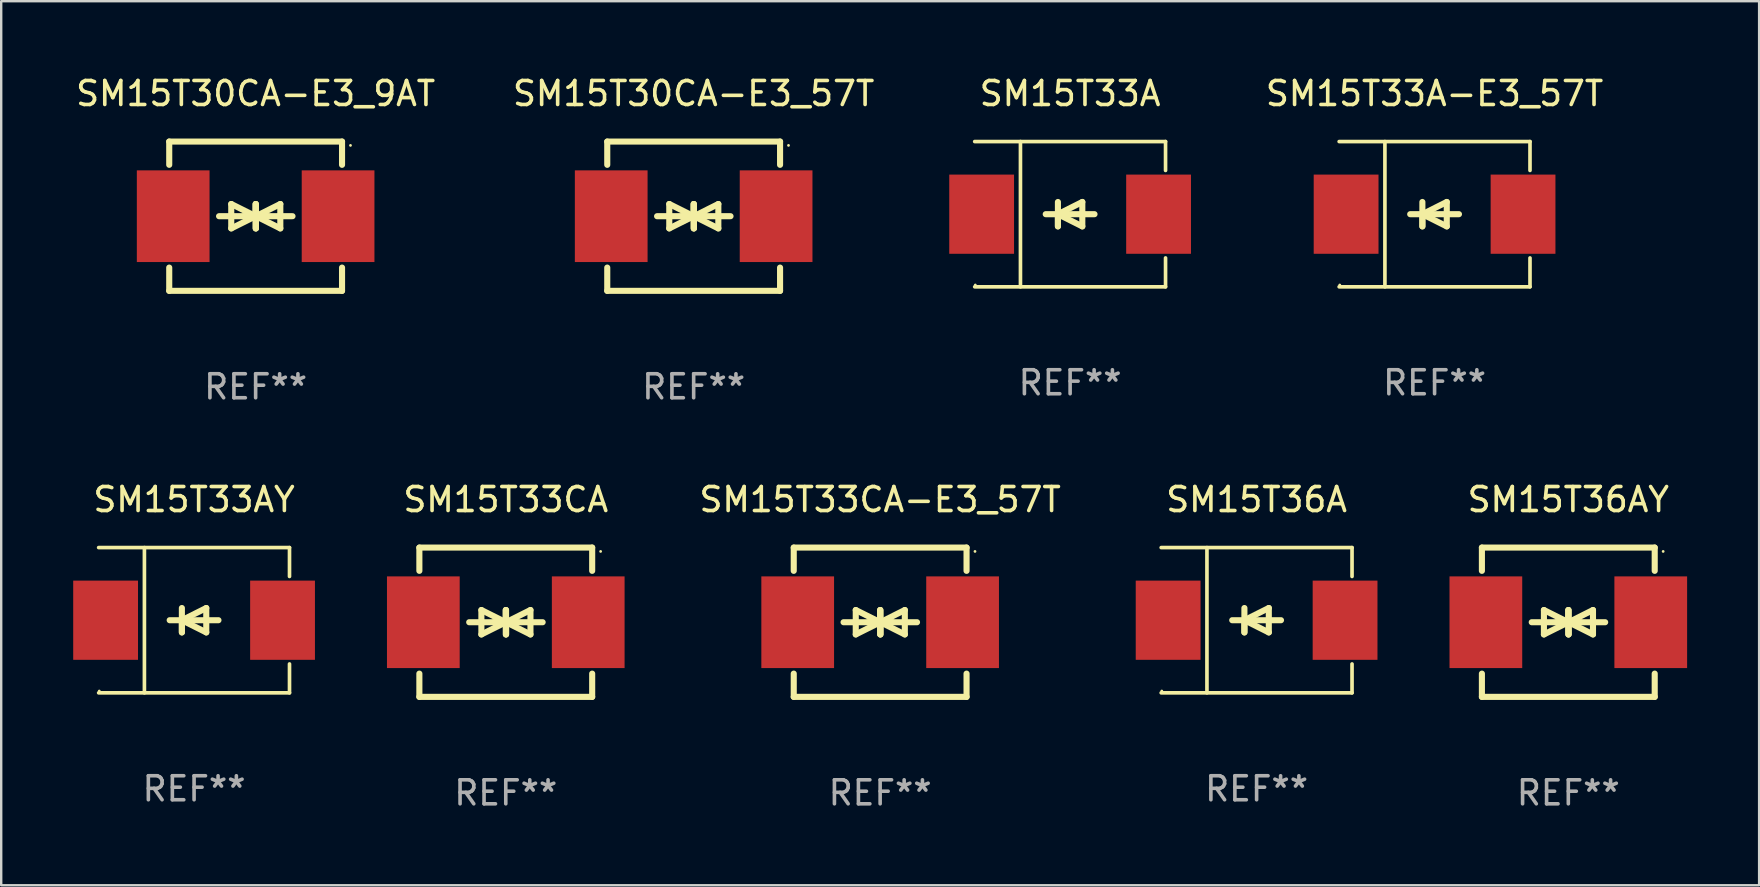
<source format=kicad_pcb>
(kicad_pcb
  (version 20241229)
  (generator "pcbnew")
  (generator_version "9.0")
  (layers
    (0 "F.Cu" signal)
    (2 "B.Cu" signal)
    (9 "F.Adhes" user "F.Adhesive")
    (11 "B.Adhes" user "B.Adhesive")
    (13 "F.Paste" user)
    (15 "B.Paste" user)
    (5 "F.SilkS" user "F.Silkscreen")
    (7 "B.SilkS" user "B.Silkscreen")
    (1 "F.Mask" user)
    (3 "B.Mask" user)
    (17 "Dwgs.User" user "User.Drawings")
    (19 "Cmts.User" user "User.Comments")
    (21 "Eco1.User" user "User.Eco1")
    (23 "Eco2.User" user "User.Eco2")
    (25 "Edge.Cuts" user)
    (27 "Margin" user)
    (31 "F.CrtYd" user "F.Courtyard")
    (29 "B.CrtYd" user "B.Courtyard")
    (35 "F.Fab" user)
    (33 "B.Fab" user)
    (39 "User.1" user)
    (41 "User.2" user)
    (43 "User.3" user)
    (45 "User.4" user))
  (footprint "SM15T33CA"
    (layer "F.Cu")
    (at 18.023 22.875)
    (property "Reference" "SM15T33CA" (at 0 -5.11 0) (layer "F.SilkS") (effects (font (size 1 1) (thickness 0.15))))
    (attr through_hole)
    (fp_line (start -3.6 -2.141) (end -3.6 -3.11) (stroke (width 0.254) (type solid)) (layer "F.SilkS"))
    (fp_line (start -3.6 3.11) (end -3.6 2.141) (stroke (width 0.254) (type solid)) (layer "F.SilkS"))
    (fp_line (start -1.524 0) (end 0.508 0) (stroke (width 0.254) (type solid)) (layer "F.SilkS"))
    (fp_line (start -1.016 -0.508) (end -1.016 0.508) (stroke (width 0.254) (type solid)) (layer "F.SilkS"))
    (fp_line (start -1.016 0.508) (end 0 0) (stroke (width 0.254) (type solid)) (layer "F.SilkS"))
    (fp_line (start 0 -0.508) (end 0 0.508) (stroke (width 0.254) (type solid)) (layer "F.SilkS"))
    (fp_line (start 0 0) (end -1.016 -0.508) (stroke (width 0.254) (type solid)) (layer "F.SilkS"))
    (fp_line (start 0 0) (end 0 -0.508) (stroke (width 0.254) (type solid)) (layer "F.SilkS"))
    (fp_line (start 0.012 0) (end 0.012 0.508) (stroke (width 0.254) (type solid)) (layer "F.SilkS"))
    (fp_line (start 0.012 0) (end 1.028 0.508) (stroke (width 0.254) (type solid)) (layer "F.SilkS"))
    (fp_line (start 0.012 0.508) (end 0.012 -0.508) (stroke (width 0.254) (type solid)) (layer "F.SilkS"))
    (fp_line (start 1.028 -0.508) (end 0.012 0) (stroke (width 0.254) (type solid)) (layer "F.SilkS"))
    (fp_line (start 1.028 0.508) (end 1.028 -0.508) (stroke (width 0.254) (type solid)) (layer "F.SilkS"))
    (fp_line (start 1.536 0) (end -0.496 0) (stroke (width 0.254) (type solid)) (layer "F.SilkS"))
    (fp_line (start 3.6 -3.11) (end -3.6 -3.11) (stroke (width 0.254) (type solid)) (layer "F.SilkS"))
    (fp_line (start 3.6 -2.141) (end 3.6 -3.11) (stroke (width 0.254) (type solid)) (layer "F.SilkS"))
    (fp_line (start 3.6 3.11) (end -3.6 3.11) (stroke (width 0.254) (type solid)) (layer "F.SilkS"))
    (fp_line (start 3.6 3.11) (end 3.6 2.141) (stroke (width 0.254) (type solid)) (layer "F.SilkS"))
    (fp_circle (center 3.952 -2.95) (end 3.982 -2.95) (stroke (width 0.06) (type solid)) (fill no) (layer "F.SilkS"))
    (fp_text user "REF**" (at 0 7.11 0) (layer "F.Fab") (effects (font (size 1 1) (thickness 0.15))))
    (pad "1" smd rect (at 3.435 0) (size 3.03 3.82) (layers "F.Cu" "F.Mask" "F.Paste"))
    (pad "2" smd rect (at -3.435 0) (size 3.03 3.82) (layers "F.Cu" "F.Mask" "F.Paste")))
  (footprint "SM15T30CA-E3_57T"
    (layer "F.Cu")
    (at 25.851 5.958)
    (property "Reference" "SM15T30CA-E3_57T" (at 0 -5.11 0) (layer "F.SilkS") (effects (font (size 1 1) (thickness 0.15))))
    (attr through_hole)
    (fp_line (start -3.6 -2.141) (end -3.6 -3.11) (stroke (width 0.254) (type solid)) (layer "F.SilkS"))
    (fp_line (start -3.6 3.11) (end -3.6 2.141) (stroke (width 0.254) (type solid)) (layer "F.SilkS"))
    (fp_line (start -1.524 0) (end 0.508 0) (stroke (width 0.254) (type solid)) (layer "F.SilkS"))
    (fp_line (start -1.016 -0.508) (end -1.016 0.508) (stroke (width 0.254) (type solid)) (layer "F.SilkS"))
    (fp_line (start -1.016 0.508) (end 0 0) (stroke (width 0.254) (type solid)) (layer "F.SilkS"))
    (fp_line (start 0 -0.508) (end 0 0.508) (stroke (width 0.254) (type solid)) (layer "F.SilkS"))
    (fp_line (start 0 0) (end -1.016 -0.508) (stroke (width 0.254) (type solid)) (layer "F.SilkS"))
    (fp_line (start 0 0) (end 0 -0.508) (stroke (width 0.254) (type solid)) (layer "F.SilkS"))
    (fp_line (start 0.012 0) (end 0.012 0.508) (stroke (width 0.254) (type solid)) (layer "F.SilkS"))
    (fp_line (start 0.012 0) (end 1.028 0.508) (stroke (width 0.254) (type solid)) (layer "F.SilkS"))
    (fp_line (start 0.012 0.508) (end 0.012 -0.508) (stroke (width 0.254) (type solid)) (layer "F.SilkS"))
    (fp_line (start 1.028 -0.508) (end 0.012 0) (stroke (width 0.254) (type solid)) (layer "F.SilkS"))
    (fp_line (start 1.028 0.508) (end 1.028 -0.508) (stroke (width 0.254) (type solid)) (layer "F.SilkS"))
    (fp_line (start 1.536 0) (end -0.496 0) (stroke (width 0.254) (type solid)) (layer "F.SilkS"))
    (fp_line (start 3.6 -3.11) (end -3.6 -3.11) (stroke (width 0.254) (type solid)) (layer "F.SilkS"))
    (fp_line (start 3.6 -2.141) (end 3.6 -3.11) (stroke (width 0.254) (type solid)) (layer "F.SilkS"))
    (fp_line (start 3.6 3.11) (end -3.6 3.11) (stroke (width 0.254) (type solid)) (layer "F.SilkS"))
    (fp_line (start 3.6 3.11) (end 3.6 2.141) (stroke (width 0.254) (type solid)) (layer "F.SilkS"))
    (fp_circle (center 3.952 -2.95) (end 3.982 -2.95) (stroke (width 0.06) (type solid)) (fill no) (layer "F.SilkS"))
    (fp_text user "REF**" (at 0 7.11 0) (layer "F.Fab") (effects (font (size 1 1) (thickness 0.15))))
    (pad "1" smd rect (at 3.435 0) (size 3.03 3.82) (layers "F.Cu" "F.Mask" "F.Paste"))
    (pad "2" smd rect (at -3.435 0) (size 3.03 3.82) (layers "F.Cu" "F.Mask" "F.Paste")))
  (footprint "SM15T33A-E3_57T"
    (layer "F.Cu")
    (at 56.721 5.874)
    (property "Reference" "SM15T33A-E3_57T" (at 0 -5.026 0) (layer "F.SilkS") (effects (font (size 1 1) (thickness 0.15))))
    (attr through_hole)
    (fp_line (start -3.976 -3.026) (end 3.976 -3.026) (stroke (width 0.152) (type solid)) (layer "F.SilkS"))
    (fp_line (start -3.976 3.026) (end 3.976 3.026) (stroke (width 0.152) (type solid)) (layer "F.SilkS"))
    (fp_line (start -2.069 -3.026) (end -2.069 3.026) (stroke (width 0.152) (type solid)) (layer "F.SilkS"))
    (fp_line (start -0.508 0) (end -0.508 0.508) (stroke (width 0.254) (type solid)) (layer "F.SilkS"))
    (fp_line (start -0.508 0) (end 0.508 0.508) (stroke (width 0.254) (type solid)) (layer "F.SilkS"))
    (fp_line (start -0.508 0.508) (end -0.508 -0.508) (stroke (width 0.254) (type solid)) (layer "F.SilkS"))
    (fp_line (start 0.508 -0.508) (end -0.508 0) (stroke (width 0.254) (type solid)) (layer "F.SilkS"))
    (fp_line (start 0.508 0.508) (end 0.508 -0.508) (stroke (width 0.254) (type solid)) (layer "F.SilkS"))
    (fp_line (start 1.016 0) (end -1.016 0) (stroke (width 0.254) (type solid)) (layer "F.SilkS"))
    (fp_line (start 3.976 -3.026) (end 3.976 -1.823) (stroke (width 0.152) (type solid)) (layer "F.SilkS"))
    (fp_line (start 3.976 3.026) (end 3.976 1.823) (stroke (width 0.152) (type solid)) (layer "F.SilkS"))
    (fp_circle (center -3.95 2.95) (end -3.92 2.95) (stroke (width 0.06) (type solid)) (fill no) (layer "F.SilkS"))
    (fp_text user "REF**" (at 0 7.026 0) (layer "F.Fab") (effects (font (size 1 1) (thickness 0.15))))
    (pad "1" smd rect (at -3.686 0) (size 2.7 3.3) (layers "F.Cu" "F.Mask" "F.Paste"))
    (pad "2" smd rect (at 3.686 0) (size 2.7 3.3) (layers "F.Cu" "F.Mask" "F.Paste")))
  (footprint "SM15T33A"
    (layer "F.Cu")
    (at 41.536 5.874)
    (property "Reference" "SM15T33A" (at 0 -5.026 0) (layer "F.SilkS") (effects (font (size 1 1) (thickness 0.15))))
    (attr through_hole)
    (fp_line (start -3.976 -3.026) (end 3.976 -3.026) (stroke (width 0.152) (type solid)) (layer "F.SilkS"))
    (fp_line (start -3.976 3.026) (end 3.976 3.026) (stroke (width 0.152) (type solid)) (layer "F.SilkS"))
    (fp_line (start -2.069 -3.026) (end -2.069 3.026) (stroke (width 0.152) (type solid)) (layer "F.SilkS"))
    (fp_line (start -0.508 0) (end -0.508 0.508) (stroke (width 0.254) (type solid)) (layer "F.SilkS"))
    (fp_line (start -0.508 0) (end 0.508 0.508) (stroke (width 0.254) (type solid)) (layer "F.SilkS"))
    (fp_line (start -0.508 0.508) (end -0.508 -0.508) (stroke (width 0.254) (type solid)) (layer "F.SilkS"))
    (fp_line (start 0.508 -0.508) (end -0.508 0) (stroke (width 0.254) (type solid)) (layer "F.SilkS"))
    (fp_line (start 0.508 0.508) (end 0.508 -0.508) (stroke (width 0.254) (type solid)) (layer "F.SilkS"))
    (fp_line (start 1.016 0) (end -1.016 0) (stroke (width 0.254) (type solid)) (layer "F.SilkS"))
    (fp_line (start 3.976 -3.026) (end 3.976 -1.823) (stroke (width 0.152) (type solid)) (layer "F.SilkS"))
    (fp_line (start 3.976 3.026) (end 3.976 1.823) (stroke (width 0.152) (type solid)) (layer "F.SilkS"))
    (fp_circle (center -3.95 2.95) (end -3.92 2.95) (stroke (width 0.06) (type solid)) (fill no) (layer "F.SilkS"))
    (fp_text user "REF**" (at 0 7.026 0) (layer "F.Fab") (effects (font (size 1 1) (thickness 0.15))))
    (pad "1" smd rect (at -3.686 0) (size 2.7 3.3) (layers "F.Cu" "F.Mask" "F.Paste"))
    (pad "2" smd rect (at 3.686 0) (size 2.7 3.3) (layers "F.Cu" "F.Mask" "F.Paste")))
  (footprint "SM15T33AY"
    (layer "F.Cu")
    (at 5.036 22.791)
    (property "Reference" "SM15T33AY" (at 0 -5.026 0) (layer "F.SilkS") (effects (font (size 1 1) (thickness 0.15))))
    (attr through_hole)
    (fp_line (start -3.976 -3.026) (end 3.976 -3.026) (stroke (width 0.152) (type solid)) (layer "F.SilkS"))
    (fp_line (start -3.976 3.026) (end 3.976 3.026) (stroke (width 0.152) (type solid)) (layer "F.SilkS"))
    (fp_line (start -2.069 -3.026) (end -2.069 3.026) (stroke (width 0.152) (type solid)) (layer "F.SilkS"))
    (fp_line (start -0.508 0) (end -0.508 0.508) (stroke (width 0.254) (type solid)) (layer "F.SilkS"))
    (fp_line (start -0.508 0) (end 0.508 0.508) (stroke (width 0.254) (type solid)) (layer "F.SilkS"))
    (fp_line (start -0.508 0.508) (end -0.508 -0.508) (stroke (width 0.254) (type solid)) (layer "F.SilkS"))
    (fp_line (start 0.508 -0.508) (end -0.508 0) (stroke (width 0.254) (type solid)) (layer "F.SilkS"))
    (fp_line (start 0.508 0.508) (end 0.508 -0.508) (stroke (width 0.254) (type solid)) (layer "F.SilkS"))
    (fp_line (start 1.016 0) (end -1.016 0) (stroke (width 0.254) (type solid)) (layer "F.SilkS"))
    (fp_line (start 3.976 -3.026) (end 3.976 -1.823) (stroke (width 0.152) (type solid)) (layer "F.SilkS"))
    (fp_line (start 3.976 3.026) (end 3.976 1.823) (stroke (width 0.152) (type solid)) (layer "F.SilkS"))
    (fp_circle (center -3.95 2.95) (end -3.92 2.95) (stroke (width 0.06) (type solid)) (fill no) (layer "F.SilkS"))
    (fp_text user "REF**" (at 0 7.026 0) (layer "F.Fab") (effects (font (size 1 1) (thickness 0.15))))
    (pad "1" smd rect (at -3.686 0) (size 2.7 3.3) (layers "F.Cu" "F.Mask" "F.Paste"))
    (pad "2" smd rect (at 3.686 0) (size 2.7 3.3) (layers "F.Cu" "F.Mask" "F.Paste")))
  (footprint "SM15T30CA-E3_9AT"
    (layer "F.Cu")
    (at 7.601 5.958)
    (property "Reference" "SM15T30CA-E3_9AT" (at 0 -5.11 0) (layer "F.SilkS") (effects (font (size 1 1) (thickness 0.15))))
    (attr through_hole)
    (fp_line (start -3.6 -2.141) (end -3.6 -3.11) (stroke (width 0.254) (type solid)) (layer "F.SilkS"))
    (fp_line (start -3.6 3.11) (end -3.6 2.141) (stroke (width 0.254) (type solid)) (layer "F.SilkS"))
    (fp_line (start -1.524 0) (end 0.508 0) (stroke (width 0.254) (type solid)) (layer "F.SilkS"))
    (fp_line (start -1.016 -0.508) (end -1.016 0.508) (stroke (width 0.254) (type solid)) (layer "F.SilkS"))
    (fp_line (start -1.016 0.508) (end 0 0) (stroke (width 0.254) (type solid)) (layer "F.SilkS"))
    (fp_line (start 0 -0.508) (end 0 0.508) (stroke (width 0.254) (type solid)) (layer "F.SilkS"))
    (fp_line (start 0 0) (end -1.016 -0.508) (stroke (width 0.254) (type solid)) (layer "F.SilkS"))
    (fp_line (start 0 0) (end 0 -0.508) (stroke (width 0.254) (type solid)) (layer "F.SilkS"))
    (fp_line (start 0.012 0) (end 0.012 0.508) (stroke (width 0.254) (type solid)) (layer "F.SilkS"))
    (fp_line (start 0.012 0) (end 1.028 0.508) (stroke (width 0.254) (type solid)) (layer "F.SilkS"))
    (fp_line (start 0.012 0.508) (end 0.012 -0.508) (stroke (width 0.254) (type solid)) (layer "F.SilkS"))
    (fp_line (start 1.028 -0.508) (end 0.012 0) (stroke (width 0.254) (type solid)) (layer "F.SilkS"))
    (fp_line (start 1.028 0.508) (end 1.028 -0.508) (stroke (width 0.254) (type solid)) (layer "F.SilkS"))
    (fp_line (start 1.536 0) (end -0.496 0) (stroke (width 0.254) (type solid)) (layer "F.SilkS"))
    (fp_line (start 3.6 -3.11) (end -3.6 -3.11) (stroke (width 0.254) (type solid)) (layer "F.SilkS"))
    (fp_line (start 3.6 -2.141) (end 3.6 -3.11) (stroke (width 0.254) (type solid)) (layer "F.SilkS"))
    (fp_line (start 3.6 3.11) (end -3.6 3.11) (stroke (width 0.254) (type solid)) (layer "F.SilkS"))
    (fp_line (start 3.6 3.11) (end 3.6 2.141) (stroke (width 0.254) (type solid)) (layer "F.SilkS"))
    (fp_circle (center 3.952 -2.95) (end 3.982 -2.95) (stroke (width 0.06) (type solid)) (fill no) (layer "F.SilkS"))
    (fp_text user "REF**" (at 0 7.11 0) (layer "F.Fab") (effects (font (size 1 1) (thickness 0.15))))
    (pad "1" smd rect (at 3.435 0) (size 3.03 3.82) (layers "F.Cu" "F.Mask" "F.Paste"))
    (pad "2" smd rect (at -3.435 0) (size 3.03 3.82) (layers "F.Cu" "F.Mask" "F.Paste")))
  (footprint "SM15T36A"
    (layer "F.Cu")
    (at 49.306 22.791)
    (property "Reference" "SM15T36A" (at 0 -5.026 0) (layer "F.SilkS") (effects (font (size 1 1) (thickness 0.15))))
    (attr through_hole)
    (fp_line (start -3.976 -3.026) (end 3.976 -3.026) (stroke (width 0.152) (type solid)) (layer "F.SilkS"))
    (fp_line (start -3.976 3.026) (end 3.976 3.026) (stroke (width 0.152) (type solid)) (layer "F.SilkS"))
    (fp_line (start -2.069 -3.026) (end -2.069 3.026) (stroke (width 0.152) (type solid)) (layer "F.SilkS"))
    (fp_line (start -0.508 0) (end -0.508 0.508) (stroke (width 0.254) (type solid)) (layer "F.SilkS"))
    (fp_line (start -0.508 0) (end 0.508 0.508) (stroke (width 0.254) (type solid)) (layer "F.SilkS"))
    (fp_line (start -0.508 0.508) (end -0.508 -0.508) (stroke (width 0.254) (type solid)) (layer "F.SilkS"))
    (fp_line (start 0.508 -0.508) (end -0.508 0) (stroke (width 0.254) (type solid)) (layer "F.SilkS"))
    (fp_line (start 0.508 0.508) (end 0.508 -0.508) (stroke (width 0.254) (type solid)) (layer "F.SilkS"))
    (fp_line (start 1.016 0) (end -1.016 0) (stroke (width 0.254) (type solid)) (layer "F.SilkS"))
    (fp_line (start 3.976 -3.026) (end 3.976 -1.823) (stroke (width 0.152) (type solid)) (layer "F.SilkS"))
    (fp_line (start 3.976 3.026) (end 3.976 1.823) (stroke (width 0.152) (type solid)) (layer "F.SilkS"))
    (fp_circle (center -3.95 2.95) (end -3.92 2.95) (stroke (width 0.06) (type solid)) (fill no) (layer "F.SilkS"))
    (fp_text user "REF**" (at 0 7.026 0) (layer "F.Fab") (effects (font (size 1 1) (thickness 0.15))))
    (pad "1" smd rect (at -3.686 0) (size 2.7 3.3) (layers "F.Cu" "F.Mask" "F.Paste"))
    (pad "2" smd rect (at 3.686 0) (size 2.7 3.3) (layers "F.Cu" "F.Mask" "F.Paste")))
  (footprint "SM15T36AY"
    (layer "F.Cu")
    (at 62.293 22.875)
    (property "Reference" "SM15T36AY" (at 0 -5.11 0) (layer "F.SilkS") (effects (font (size 1 1) (thickness 0.15))))
    (attr through_hole)
    (fp_line (start -3.6 -2.141) (end -3.6 -3.11) (stroke (width 0.254) (type solid)) (layer "F.SilkS"))
    (fp_line (start -3.6 3.11) (end -3.6 2.141) (stroke (width 0.254) (type solid)) (layer "F.SilkS"))
    (fp_line (start -1.524 0) (end 0.508 0) (stroke (width 0.254) (type solid)) (layer "F.SilkS"))
    (fp_line (start -1.016 -0.508) (end -1.016 0.508) (stroke (width 0.254) (type solid)) (layer "F.SilkS"))
    (fp_line (start -1.016 0.508) (end 0 0) (stroke (width 0.254) (type solid)) (layer "F.SilkS"))
    (fp_line (start 0 -0.508) (end 0 0.508) (stroke (width 0.254) (type solid)) (layer "F.SilkS"))
    (fp_line (start 0 0) (end -1.016 -0.508) (stroke (width 0.254) (type solid)) (layer "F.SilkS"))
    (fp_line (start 0 0) (end 0 -0.508) (stroke (width 0.254) (type solid)) (layer "F.SilkS"))
    (fp_line (start 0.012 0) (end 0.012 0.508) (stroke (width 0.254) (type solid)) (layer "F.SilkS"))
    (fp_line (start 0.012 0) (end 1.028 0.508) (stroke (width 0.254) (type solid)) (layer "F.SilkS"))
    (fp_line (start 0.012 0.508) (end 0.012 -0.508) (stroke (width 0.254) (type solid)) (layer "F.SilkS"))
    (fp_line (start 1.028 -0.508) (end 0.012 0) (stroke (width 0.254) (type solid)) (layer "F.SilkS"))
    (fp_line (start 1.028 0.508) (end 1.028 -0.508) (stroke (width 0.254) (type solid)) (layer "F.SilkS"))
    (fp_line (start 1.536 0) (end -0.496 0) (stroke (width 0.254) (type solid)) (layer "F.SilkS"))
    (fp_line (start 3.6 -3.11) (end -3.6 -3.11) (stroke (width 0.254) (type solid)) (layer "F.SilkS"))
    (fp_line (start 3.6 -2.141) (end 3.6 -3.11) (stroke (width 0.254) (type solid)) (layer "F.SilkS"))
    (fp_line (start 3.6 3.11) (end -3.6 3.11) (stroke (width 0.254) (type solid)) (layer "F.SilkS"))
    (fp_line (start 3.6 3.11) (end 3.6 2.141) (stroke (width 0.254) (type solid)) (layer "F.SilkS"))
    (fp_circle (center 3.952 -2.95) (end 3.982 -2.95) (stroke (width 0.06) (type solid)) (fill no) (layer "F.SilkS"))
    (fp_text user "REF**" (at 0 7.11 0) (layer "F.Fab") (effects (font (size 1 1) (thickness 0.15))))
    (pad "1" smd rect (at 3.435 0) (size 3.03 3.82) (layers "F.Cu" "F.Mask" "F.Paste"))
    (pad "2" smd rect (at -3.435 0) (size 3.03 3.82) (layers "F.Cu" "F.Mask" "F.Paste")))
  (footprint "SM15T33CA-E3_57T"
    (layer "F.Cu")
    (at 33.621 22.875)
    (property "Reference" "SM15T33CA-E3_57T" (at 0 -5.11 0) (layer "F.SilkS") (effects (font (size 1 1) (thickness 0.15))))
    (attr through_hole)
    (fp_line (start -3.6 -2.141) (end -3.6 -3.11) (stroke (width 0.254) (type solid)) (layer "F.SilkS"))
    (fp_line (start -3.6 3.11) (end -3.6 2.141) (stroke (width 0.254) (type solid)) (layer "F.SilkS"))
    (fp_line (start -1.524 0) (end 0.508 0) (stroke (width 0.254) (type solid)) (layer "F.SilkS"))
    (fp_line (start -1.016 -0.508) (end -1.016 0.508) (stroke (width 0.254) (type solid)) (layer "F.SilkS"))
    (fp_line (start -1.016 0.508) (end 0 0) (stroke (width 0.254) (type solid)) (layer "F.SilkS"))
    (fp_line (start 0 -0.508) (end 0 0.508) (stroke (width 0.254) (type solid)) (layer "F.SilkS"))
    (fp_line (start 0 0) (end -1.016 -0.508) (stroke (width 0.254) (type solid)) (layer "F.SilkS"))
    (fp_line (start 0 0) (end 0 -0.508) (stroke (width 0.254) (type solid)) (layer "F.SilkS"))
    (fp_line (start 0.012 0) (end 0.012 0.508) (stroke (width 0.254) (type solid)) (layer "F.SilkS"))
    (fp_line (start 0.012 0) (end 1.028 0.508) (stroke (width 0.254) (type solid)) (layer "F.SilkS"))
    (fp_line (start 0.012 0.508) (end 0.012 -0.508) (stroke (width 0.254) (type solid)) (layer "F.SilkS"))
    (fp_line (start 1.028 -0.508) (end 0.012 0) (stroke (width 0.254) (type solid)) (layer "F.SilkS"))
    (fp_line (start 1.028 0.508) (end 1.028 -0.508) (stroke (width 0.254) (type solid)) (layer "F.SilkS"))
    (fp_line (start 1.536 0) (end -0.496 0) (stroke (width 0.254) (type solid)) (layer "F.SilkS"))
    (fp_line (start 3.6 -3.11) (end -3.6 -3.11) (stroke (width 0.254) (type solid)) (layer "F.SilkS"))
    (fp_line (start 3.6 -2.141) (end 3.6 -3.11) (stroke (width 0.254) (type solid)) (layer "F.SilkS"))
    (fp_line (start 3.6 3.11) (end -3.6 3.11) (stroke (width 0.254) (type solid)) (layer "F.SilkS"))
    (fp_line (start 3.6 3.11) (end 3.6 2.141) (stroke (width 0.254) (type solid)) (layer "F.SilkS"))
    (fp_circle (center 3.952 -2.95) (end 3.982 -2.95) (stroke (width 0.06) (type solid)) (fill no) (layer "F.SilkS"))
    (fp_text user "REF**" (at 0 7.11 0) (layer "F.Fab") (effects (font (size 1 1) (thickness 0.15))))
    (pad "1" smd rect (at 3.435 0) (size 3.03 3.82) (layers "F.Cu" "F.Mask" "F.Paste"))
    (pad "2" smd rect (at -3.435 0) (size 3.03 3.82) (layers "F.Cu" "F.Mask" "F.Paste")))
  (gr_rect
    (start -3 -3)
    (end 70.243 33.833)
    (stroke (width 0.1) (type default))
    (fill no)
    (layer "Edge.Cuts")))
</source>
